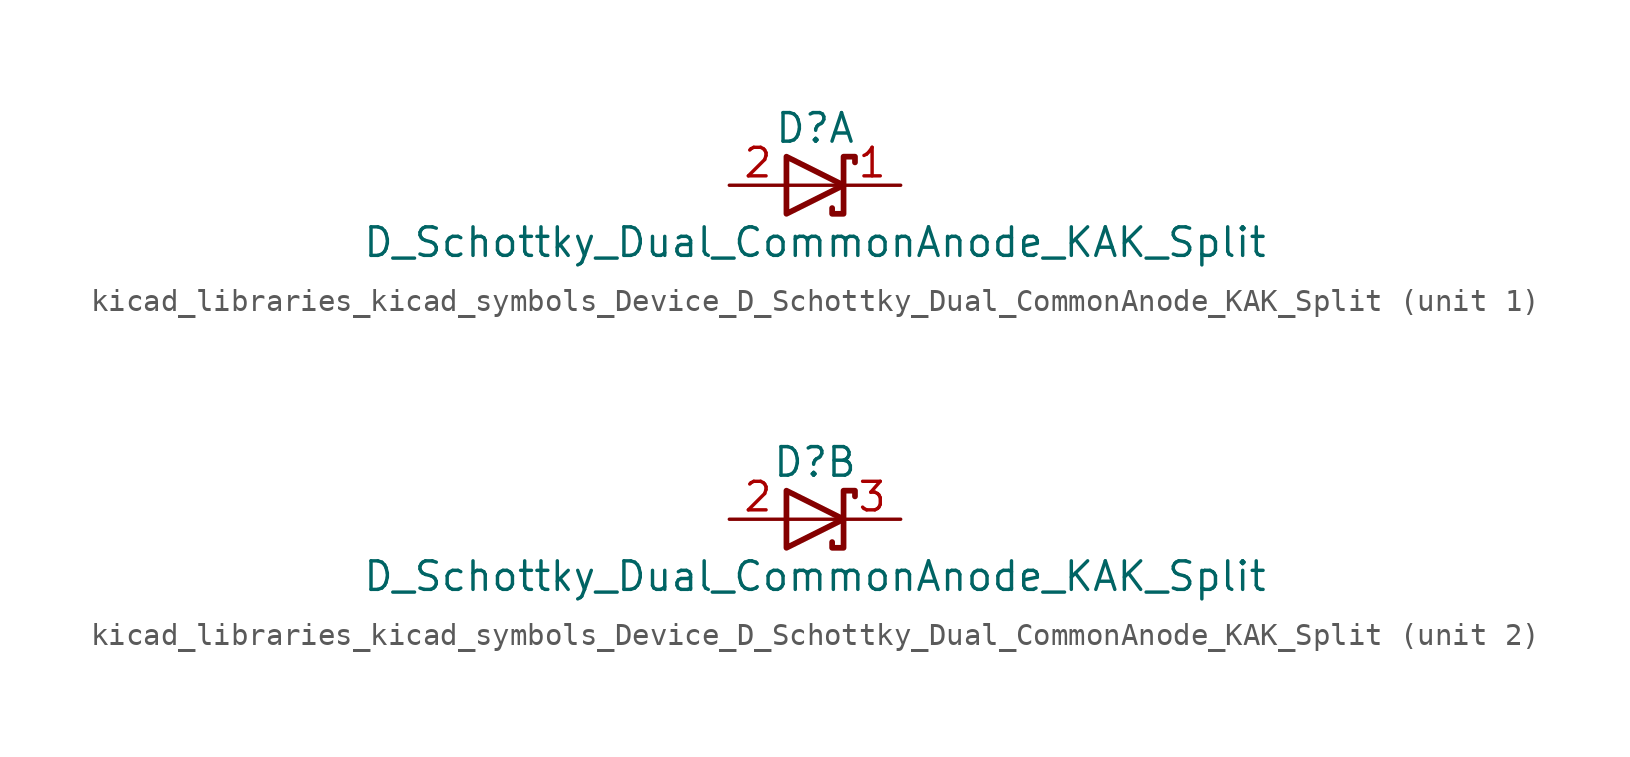
<source format=kicad_sym>
(kicad_symbol_lib
  (version 20220914)
  (generator kicad_symbol_editor)
  (symbol "kicad_libraries_kicad_symbols_Device_D_Schottky_Dual_CommonAnode_KAK_Split"
    (pin_names
      (offset 0.762) hide)
    (property "Reference" "D"
      (at 0 2.54 0)
      (effects (font (size 1.27 1.27))))
    (property "Value" "D_Schottky_Dual_CommonAnode_KAK_Split"
      (at 0 -2.54 0)
      (effects (font (size 1.27 1.27))))
    (property "ki_locked" ""
      (at 0 0 0)
      (effects (font (size 1.27 1.27))))
    (symbol "kicad_libraries_kicad_symbols_Device_D_Schottky_Dual_CommonAnode_KAK_Split_0_1"
      (polyline (pts (xy 1.27 0) (xy -1.27 0)) (stroke (width 0) (type default)) (fill (type none)))
      (polyline (pts (xy -1.27 1.27) (xy 1.27 0) (xy -1.27 -1.27) (xy -1.27 1.27) (xy -1.27 1.27) (xy -1.27 1.27)) (stroke (width 0.254) (type default)) (fill (type none)))
      (polyline (pts (xy 1.778 1.016) (xy 1.778 1.27) (xy 1.27 1.27) (xy 1.27 -1.27) (xy 0.762 -1.27) (xy 0.762 -1.016)) (stroke (width 0.254) (type default)) (fill (type none)))
      (pin passive line (at -3.81 0 0) (length 2.54) (name "A" (effects (font (size 1.27 1.27)))) (number "2" (effects (font (size 1.27 1.27))))))
    (symbol "kicad_libraries_kicad_symbols_Device_D_Schottky_Dual_CommonAnode_KAK_Split_1_1"
      (pin passive line (at 3.81 0 180) (length 2.54) (name "K" (effects (font (size 1.27 1.27)))) (number "1" (effects (font (size 1.27 1.27))))))
    (symbol "kicad_libraries_kicad_symbols_Device_D_Schottky_Dual_CommonAnode_KAK_Split_2_1"
      (pin passive line (at 3.81 0 180) (length 2.54) (name "K" (effects (font (size 1.27 1.27)))) (number "3" (effects (font (size 1.27 1.27))))))))
</source>
